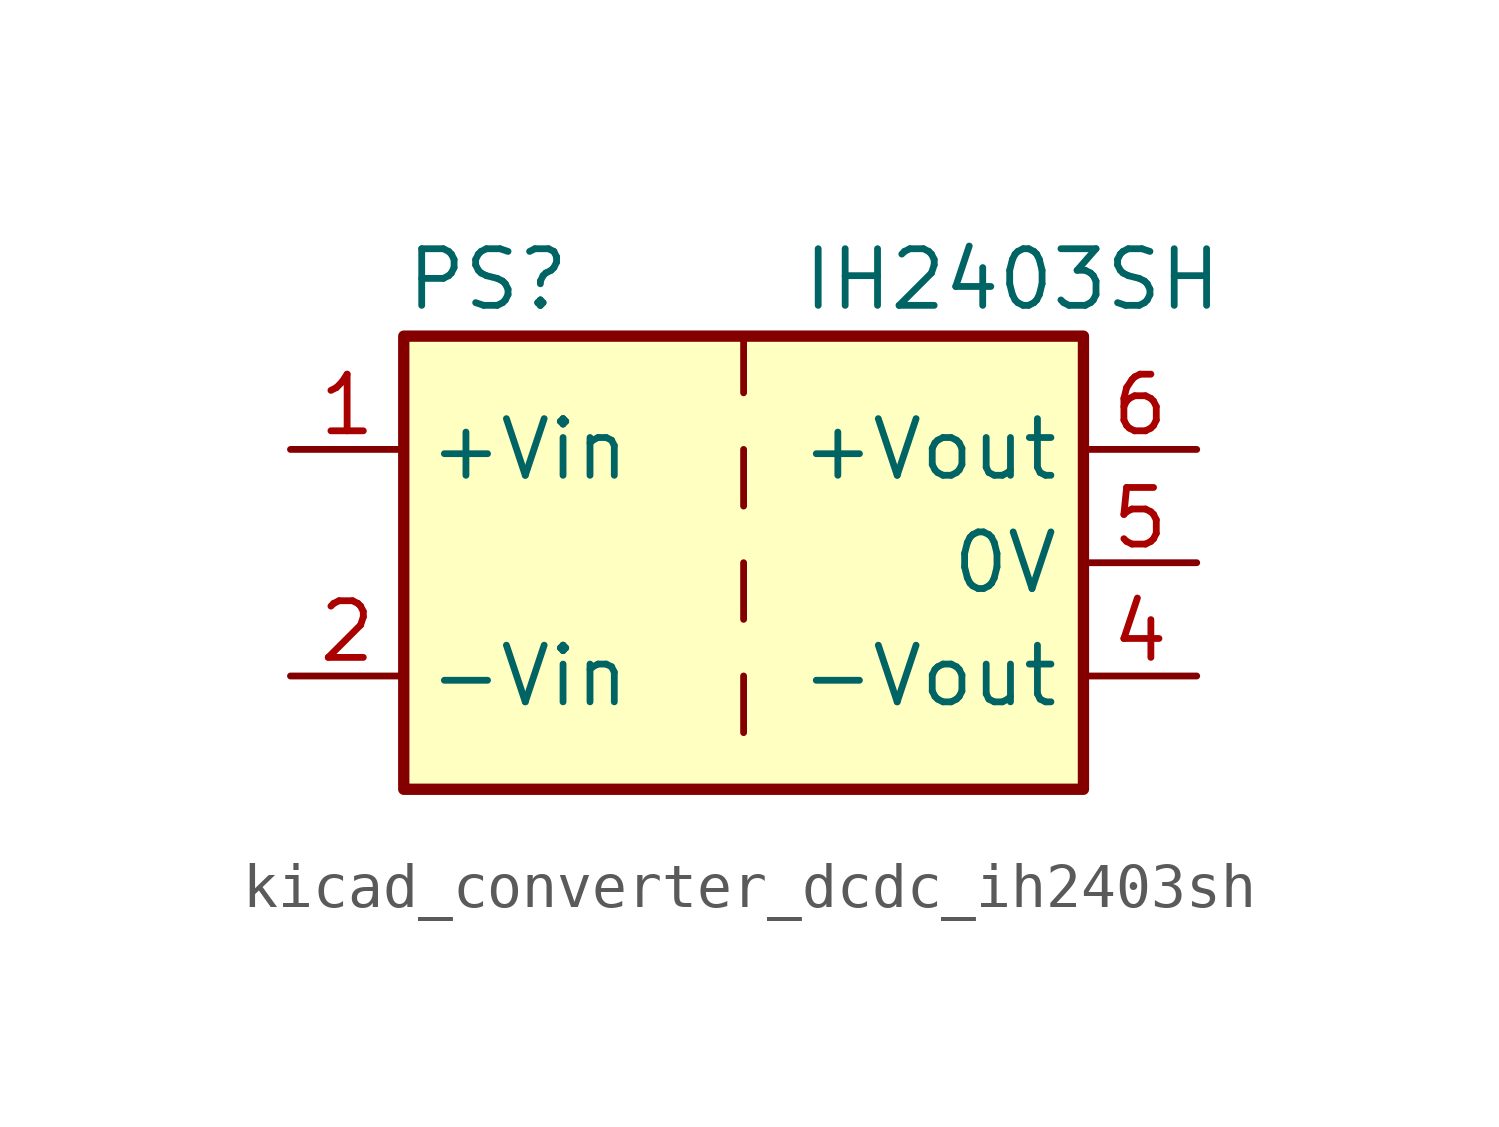
<source format=kicad_sym>
(kicad_symbol_lib
  (version 20220914)
  (generator kicad_symbol_editor)
  (symbol "kicad_converter_dcdc_ih2403sh"
    (property "Reference" "PS"
      (at -7.62 6.35 0)
      (effects (font (size 1.27 1.27)) (justify left)))
    (property "Value" "IH2403SH"
      (at 1.27 6.35 0)
      (effects (font (size 1.27 1.27)) (justify left)))
    (symbol "kicad_converter_dcdc_ih2403sh_0_0"
      (pin power_in line (at -10.16 2.54 0) (length 2.54) (name "+Vin" (effects (font (size 1.27 1.27)))) (number "1" (effects (font (size 1.27 1.27)))))
      (pin power_in line (at -10.16 -2.54 0) (length 2.54) (name "-Vin" (effects (font (size 1.27 1.27)))) (number "2" (effects (font (size 1.27 1.27)))))
      (pin power_out line (at 10.16 -2.54 180) (length 2.54) (name "-Vout" (effects (font (size 1.27 1.27)))) (number "4" (effects (font (size 1.27 1.27)))))
      (pin power_out line (at 10.16 0 180) (length 2.54) (name "0V" (effects (font (size 1.27 1.27)))) (number "5" (effects (font (size 1.27 1.27)))))
      (pin power_out line (at 10.16 2.54 180) (length 2.54) (name "+Vout" (effects (font (size 1.27 1.27)))) (number "6" (effects (font (size 1.27 1.27))))))
    (symbol "kicad_converter_dcdc_ih2403sh_0_1"
      (rectangle (start -7.62 5.08) (end 7.62 -5.08) (stroke (width 0.254) (type default)) (fill (type background)))
      (polyline (pts (xy 0 -2.54) (xy 0 -3.81)) (stroke (width 0) (type default)) (fill (type none)))
      (polyline (pts (xy 0 0) (xy 0 -1.27)) (stroke (width 0) (type default)) (fill (type none)))
      (polyline (pts (xy 0 2.54) (xy 0 1.27)) (stroke (width 0) (type default)) (fill (type none)))
      (polyline (pts (xy 0 5.08) (xy 0 3.81)) (stroke (width 0) (type default)) (fill (type none))))))
</source>
